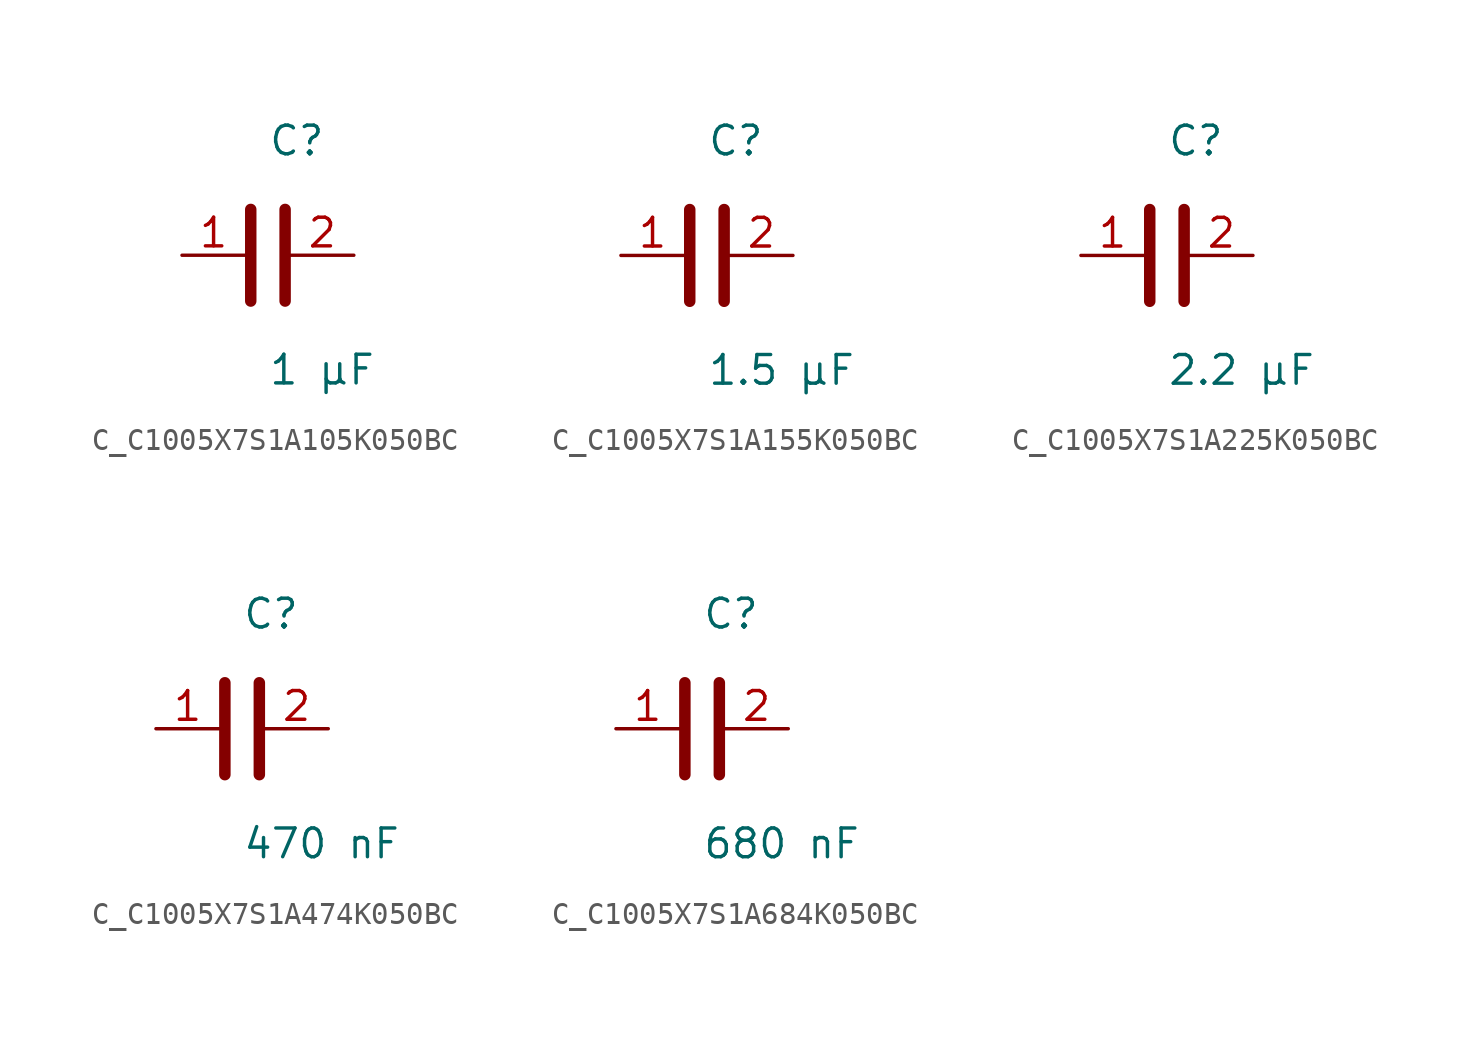
<source format=kicad_sym>
(kicad_symbol_lib
  (version 20231120)
  (generator kicad_symbol_editor)
  (generator_version 8.0)
  (symbol "C_C1005X7S1A105K050BC"
    (pin_names
      (offset 0.254))
    (property "Reference" "C"
      (at 0.0 5.08 0)
      (effects (font (size 1.27 1.27)) (justify left)))
    (property "Value" "1 µF"
      (at 0.0 -5.08 0)
      (effects (font (size 1.27 1.27)) (justify left)))
    (symbol "C_C1005X7S1A105K050BC_0_1"
      (polyline (pts (xy -0.762 -2.032) (xy -0.762 2.032)) (stroke (width 0.508) (type default)) (fill (type none)))
      (polyline (pts (xy 0.762 -2.032) (xy 0.762 2.032)) (stroke (width 0.508) (type default)) (fill (type none))))
    (pin unspecified line
      (at -3.81 0 0)
      (length 2.8)
      (name "" (effects (font (size 1.27 1.27))))
      (number "1" (effects (font (size 1.27 1.27)))))
    (pin unspecified line
      (at 3.81 0 180)
      (length 2.8)
      (name "" (effects (font (size 1.27 1.27))))
      (number "2" (effects (font (size 1.27 1.27))))))
  (symbol "C_C1005X7S1A155K050BC"
    (pin_names
      (offset 0.254))
    (property "Reference" "C"
      (at 0.0 5.08 0)
      (effects (font (size 1.27 1.27)) (justify left)))
    (property "Value" "1.5 µF"
      (at 0.0 -5.08 0)
      (effects (font (size 1.27 1.27)) (justify left)))
    (symbol "C_C1005X7S1A155K050BC_0_1"
      (polyline (pts (xy -0.762 -2.032) (xy -0.762 2.032)) (stroke (width 0.508) (type default)) (fill (type none)))
      (polyline (pts (xy 0.762 -2.032) (xy 0.762 2.032)) (stroke (width 0.508) (type default)) (fill (type none))))
    (pin unspecified line
      (at -3.81 0 0)
      (length 2.8)
      (name "" (effects (font (size 1.27 1.27))))
      (number "1" (effects (font (size 1.27 1.27)))))
    (pin unspecified line
      (at 3.81 0 180)
      (length 2.8)
      (name "" (effects (font (size 1.27 1.27))))
      (number "2" (effects (font (size 1.27 1.27))))))
  (symbol "C_C1005X7S1A225K050BC"
    (pin_names
      (offset 0.254))
    (property "Reference" "C"
      (at 0.0 5.08 0)
      (effects (font (size 1.27 1.27)) (justify left)))
    (property "Value" "2.2 µF"
      (at 0.0 -5.08 0)
      (effects (font (size 1.27 1.27)) (justify left)))
    (symbol "C_C1005X7S1A225K050BC_0_1"
      (polyline (pts (xy -0.762 -2.032) (xy -0.762 2.032)) (stroke (width 0.508) (type default)) (fill (type none)))
      (polyline (pts (xy 0.762 -2.032) (xy 0.762 2.032)) (stroke (width 0.508) (type default)) (fill (type none))))
    (pin unspecified line
      (at -3.81 0 0)
      (length 2.8)
      (name "" (effects (font (size 1.27 1.27))))
      (number "1" (effects (font (size 1.27 1.27)))))
    (pin unspecified line
      (at 3.81 0 180)
      (length 2.8)
      (name "" (effects (font (size 1.27 1.27))))
      (number "2" (effects (font (size 1.27 1.27))))))
  (symbol "C_C1005X7S1A474K050BC"
    (pin_names
      (offset 0.254))
    (property "Reference" "C"
      (at 0.0 5.08 0)
      (effects (font (size 1.27 1.27)) (justify left)))
    (property "Value" "470 nF"
      (at 0.0 -5.08 0)
      (effects (font (size 1.27 1.27)) (justify left)))
    (symbol "C_C1005X7S1A474K050BC_0_1"
      (polyline (pts (xy -0.762 -2.032) (xy -0.762 2.032)) (stroke (width 0.508) (type default)) (fill (type none)))
      (polyline (pts (xy 0.762 -2.032) (xy 0.762 2.032)) (stroke (width 0.508) (type default)) (fill (type none))))
    (pin unspecified line
      (at -3.81 0 0)
      (length 2.8)
      (name "" (effects (font (size 1.27 1.27))))
      (number "1" (effects (font (size 1.27 1.27)))))
    (pin unspecified line
      (at 3.81 0 180)
      (length 2.8)
      (name "" (effects (font (size 1.27 1.27))))
      (number "2" (effects (font (size 1.27 1.27))))))
  (symbol "C_C1005X7S1A684K050BC"
    (pin_names
      (offset 0.254))
    (property "Reference" "C"
      (at 0.0 5.08 0)
      (effects (font (size 1.27 1.27)) (justify left)))
    (property "Value" "680 nF"
      (at 0.0 -5.08 0)
      (effects (font (size 1.27 1.27)) (justify left)))
    (symbol "C_C1005X7S1A684K050BC_0_1"
      (polyline (pts (xy -0.762 -2.032) (xy -0.762 2.032)) (stroke (width 0.508) (type default)) (fill (type none)))
      (polyline (pts (xy 0.762 -2.032) (xy 0.762 2.032)) (stroke (width 0.508) (type default)) (fill (type none))))
    (pin unspecified line
      (at -3.81 0 0)
      (length 2.8)
      (name "" (effects (font (size 1.27 1.27))))
      (number "1" (effects (font (size 1.27 1.27)))))
    (pin unspecified line
      (at 3.81 0 180)
      (length 2.8)
      (name "" (effects (font (size 1.27 1.27))))
      (number "2" (effects (font (size 1.27 1.27)))))))
</source>
